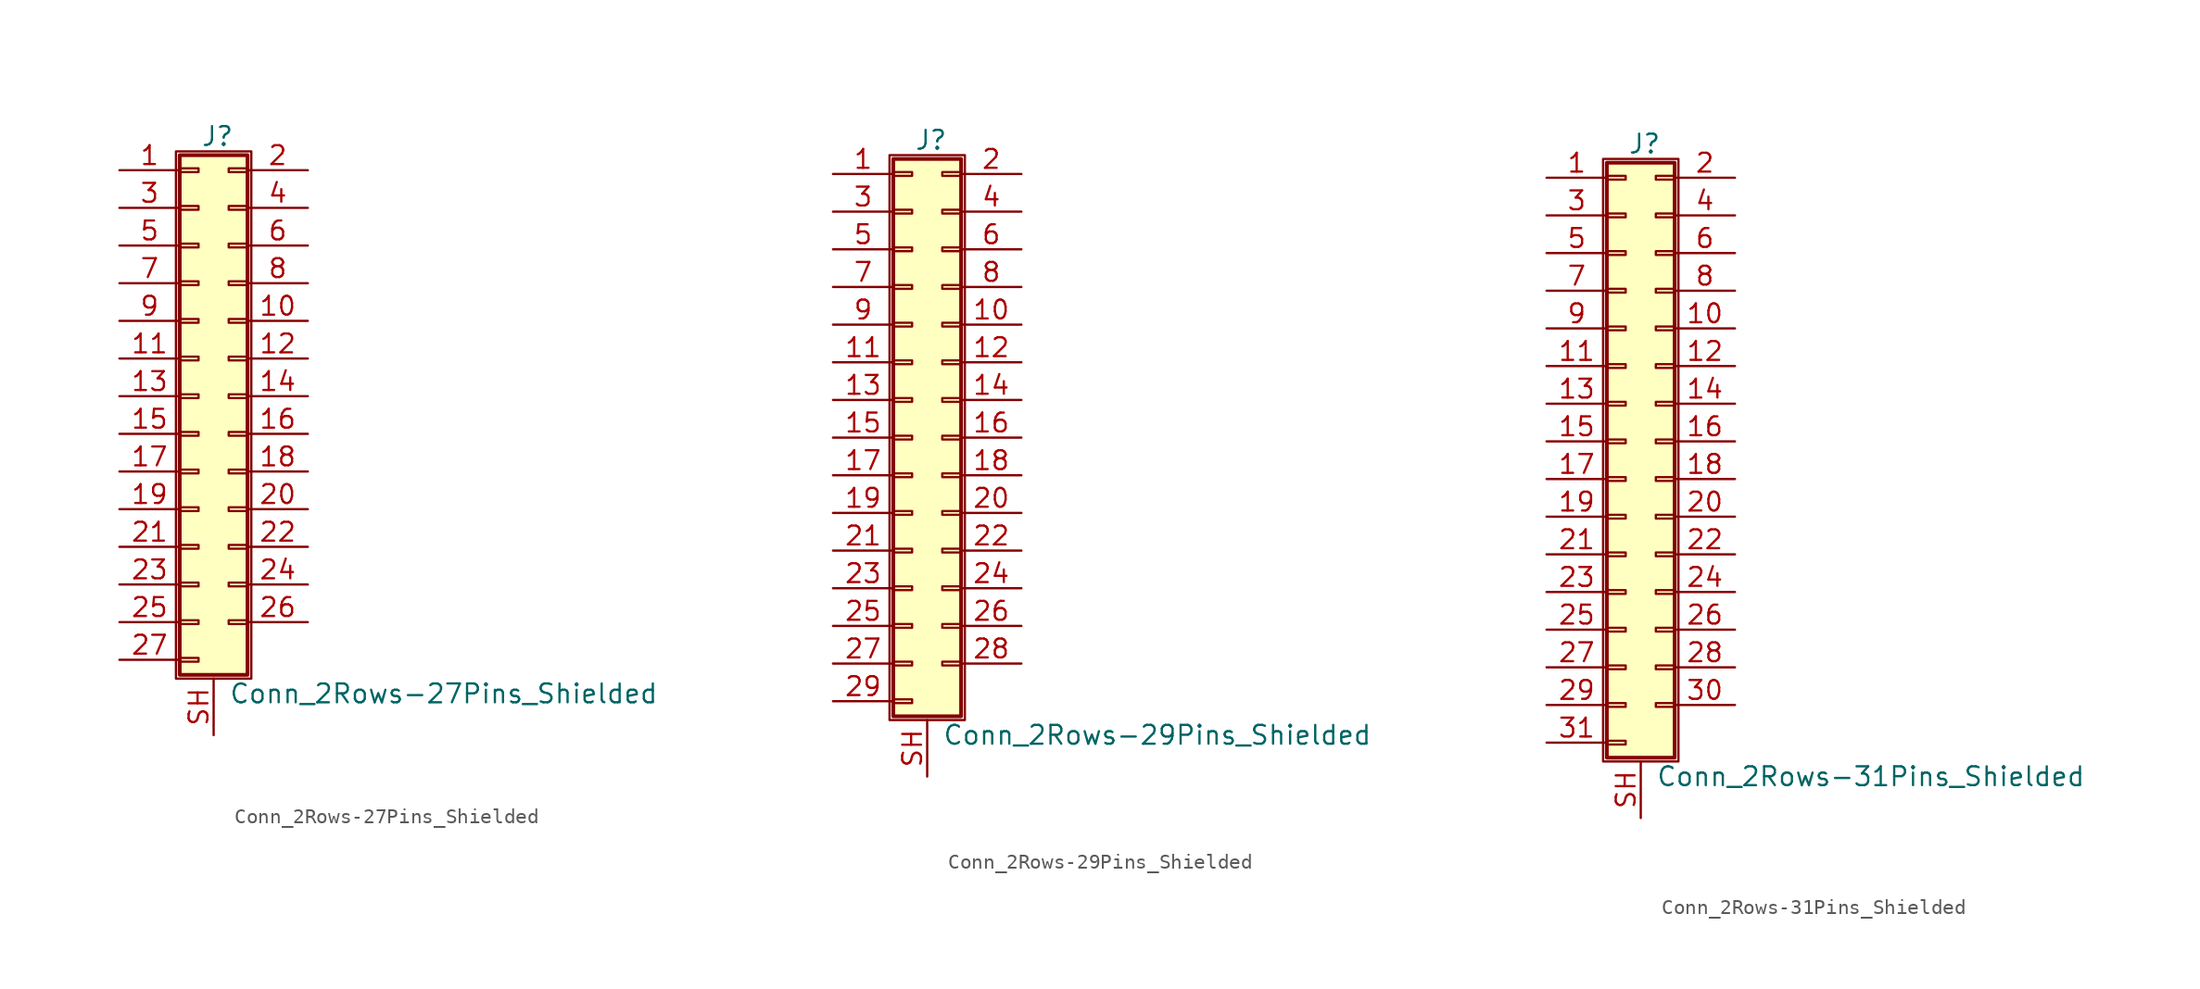
<source format=kicad_sym>
(kicad_symbol_lib
  (version 20201005)
  (generator kicad_symbol_editor)
  (symbol "Connector_Generic_Shielded:Conn_2Rows-27Pins_Shielded"
    (pin_names
      (offset 1.016) hide)
    (property "Reference" "J"
      (at 1.524 17.526 0)
      (effects (font (size 1.27 1.27))))
    (property "Value" "Conn_2Rows-27Pins_Shielded"
      (at 2.286 -20.066 0)
      (effects (font (size 1.27 1.27)) (justify left)))
    (symbol "Conn_2Rows-27Pins_Shielded_1_1"
      (rectangle (start -1.016 -4.953) (end 0.254 -5.207) (stroke (width 0.152)) (fill (type none)))
      (rectangle (start -1.016 -7.493) (end 0.254 -7.747) (stroke (width 0.152)) (fill (type none)))
      (rectangle (start -1.016 -10.033) (end 0.254 -10.287) (stroke (width 0.152)) (fill (type none)))
      (rectangle (start -1.016 -12.573) (end 0.254 -12.827) (stroke (width 0.152)) (fill (type none)))
      (rectangle (start -1.016 -15.113) (end 0.254 -15.367) (stroke (width 0.152)) (fill (type none)))
      (rectangle (start -1.016 -17.653) (end 0.254 -17.907) (stroke (width 0.152)) (fill (type none)))
      (rectangle (start -1.016 -2.413) (end 0.254 -2.667) (stroke (width 0.152)) (fill (type none)))
      (rectangle (start -1.016 2.667) (end 0.254 2.413) (stroke (width 0.152)) (fill (type none)))
      (rectangle (start -1.016 5.207) (end 0.254 4.953) (stroke (width 0.152)) (fill (type none)))
      (rectangle (start -1.016 7.747) (end 0.254 7.493) (stroke (width 0.152)) (fill (type none)))
      (rectangle (start -1.016 10.287) (end 0.254 10.033) (stroke (width 0.152)) (fill (type none)))
      (rectangle (start -1.016 0.127) (end 0.254 -0.127) (stroke (width 0.152)) (fill (type none)))
      (rectangle (start -1.016 12.827) (end 0.254 12.573) (stroke (width 0.152)) (fill (type none)))
      (rectangle (start -1.016 15.367) (end 0.254 15.113) (stroke (width 0.152)) (fill (type none)))
      (rectangle (start -1.016 16.256) (end 3.556 -18.796) (stroke (width 0.254)) (fill (type background)))
      (rectangle (start -1.27 16.51) (end 3.81 -19.05) (stroke (width 0.152)) (fill (type none)))
      (rectangle (start 3.556 -4.953) (end 2.286 -5.207) (stroke (width 0.152)) (fill (type none)))
      (rectangle (start 3.556 -7.493) (end 2.286 -7.747) (stroke (width 0.152)) (fill (type none)))
      (rectangle (start 3.556 -10.033) (end 2.286 -10.287) (stroke (width 0.152)) (fill (type none)))
      (rectangle (start 3.556 -12.573) (end 2.286 -12.827) (stroke (width 0.152)) (fill (type none)))
      (rectangle (start 3.556 -15.113) (end 2.286 -15.367) (stroke (width 0.152)) (fill (type none)))
      (rectangle (start 3.556 -2.413) (end 2.286 -2.667) (stroke (width 0.152)) (fill (type none)))
      (rectangle (start 3.556 2.667) (end 2.286 2.413) (stroke (width 0.152)) (fill (type none)))
      (rectangle (start 3.556 5.207) (end 2.286 4.953) (stroke (width 0.152)) (fill (type none)))
      (rectangle (start 3.556 7.747) (end 2.286 7.493) (stroke (width 0.152)) (fill (type none)))
      (rectangle (start 3.556 10.287) (end 2.286 10.033) (stroke (width 0.152)) (fill (type none)))
      (rectangle (start 3.556 0.127) (end 2.286 -0.127) (stroke (width 0.152)) (fill (type none)))
      (rectangle (start 3.556 12.827) (end 2.286 12.573) (stroke (width 0.152)) (fill (type none)))
      (rectangle (start 3.556 15.367) (end 2.286 15.113) (stroke (width 0.152)) (fill (type none)))
      (pin passive line (at -5.08 15.24 0) (length 4.064) (name "Pin_1" (effects (font (size 1.27 1.27)))) (number "1" (effects (font (size 1.27 1.27)))))
      (pin passive line (at 7.62 5.08 180) (length 4.064) (name "Pin_10" (effects (font (size 1.27 1.27)))) (number "10" (effects (font (size 1.27 1.27)))))
      (pin passive line (at -5.08 2.54 0) (length 4.064) (name "Pin_11" (effects (font (size 1.27 1.27)))) (number "11" (effects (font (size 1.27 1.27)))))
      (pin passive line (at 7.62 2.54 180) (length 4.064) (name "Pin_12" (effects (font (size 1.27 1.27)))) (number "12" (effects (font (size 1.27 1.27)))))
      (pin passive line (at -5.08 0 0) (length 4.064) (name "Pin_13" (effects (font (size 1.27 1.27)))) (number "13" (effects (font (size 1.27 1.27)))))
      (pin passive line (at 7.62 0 180) (length 4.064) (name "Pin_14" (effects (font (size 1.27 1.27)))) (number "14" (effects (font (size 1.27 1.27)))))
      (pin passive line (at -5.08 -2.54 0) (length 4.064) (name "Pin_15" (effects (font (size 1.27 1.27)))) (number "15" (effects (font (size 1.27 1.27)))))
      (pin passive line (at 7.62 -2.54 180) (length 4.064) (name "Pin_16" (effects (font (size 1.27 1.27)))) (number "16" (effects (font (size 1.27 1.27)))))
      (pin passive line (at -5.08 -5.08 0) (length 4.064) (name "Pin_17" (effects (font (size 1.27 1.27)))) (number "17" (effects (font (size 1.27 1.27)))))
      (pin passive line (at 7.62 -5.08 180) (length 4.064) (name "Pin_18" (effects (font (size 1.27 1.27)))) (number "18" (effects (font (size 1.27 1.27)))))
      (pin passive line (at -5.08 -7.62 0) (length 4.064) (name "Pin_19" (effects (font (size 1.27 1.27)))) (number "19" (effects (font (size 1.27 1.27)))))
      (pin passive line (at 7.62 15.24 180) (length 4.064) (name "Pin_2" (effects (font (size 1.27 1.27)))) (number "2" (effects (font (size 1.27 1.27)))))
      (pin passive line (at 7.62 -7.62 180) (length 4.064) (name "Pin_20" (effects (font (size 1.27 1.27)))) (number "20" (effects (font (size 1.27 1.27)))))
      (pin passive line (at -5.08 -10.16 0) (length 4.064) (name "Pin_21" (effects (font (size 1.27 1.27)))) (number "21" (effects (font (size 1.27 1.27)))))
      (pin passive line (at 7.62 -10.16 180) (length 4.064) (name "Pin_22" (effects (font (size 1.27 1.27)))) (number "22" (effects (font (size 1.27 1.27)))))
      (pin passive line (at -5.08 -12.7 0) (length 4.064) (name "Pin_23" (effects (font (size 1.27 1.27)))) (number "23" (effects (font (size 1.27 1.27)))))
      (pin passive line (at 7.62 -12.7 180) (length 4.064) (name "Pin_24" (effects (font (size 1.27 1.27)))) (number "24" (effects (font (size 1.27 1.27)))))
      (pin passive line (at -5.08 -15.24 0) (length 4.064) (name "Pin_25" (effects (font (size 1.27 1.27)))) (number "25" (effects (font (size 1.27 1.27)))))
      (pin passive line (at 7.62 -15.24 180) (length 4.064) (name "Pin_26" (effects (font (size 1.27 1.27)))) (number "26" (effects (font (size 1.27 1.27)))))
      (pin passive line (at -5.08 -17.78 0) (length 4.064) (name "Pin_27" (effects (font (size 1.27 1.27)))) (number "27" (effects (font (size 1.27 1.27)))))
      (pin passive line (at -5.08 12.7 0) (length 4.064) (name "Pin_3" (effects (font (size 1.27 1.27)))) (number "3" (effects (font (size 1.27 1.27)))))
      (pin passive line (at 7.62 12.7 180) (length 4.064) (name "Pin_4" (effects (font (size 1.27 1.27)))) (number "4" (effects (font (size 1.27 1.27)))))
      (pin passive line (at -5.08 10.16 0) (length 4.064) (name "Pin_5" (effects (font (size 1.27 1.27)))) (number "5" (effects (font (size 1.27 1.27)))))
      (pin passive line (at 7.62 10.16 180) (length 4.064) (name "Pin_6" (effects (font (size 1.27 1.27)))) (number "6" (effects (font (size 1.27 1.27)))))
      (pin passive line (at -5.08 7.62 0) (length 4.064) (name "Pin_7" (effects (font (size 1.27 1.27)))) (number "7" (effects (font (size 1.27 1.27)))))
      (pin passive line (at 7.62 7.62 180) (length 4.064) (name "Pin_8" (effects (font (size 1.27 1.27)))) (number "8" (effects (font (size 1.27 1.27)))))
      (pin passive line (at -5.08 5.08 0) (length 4.064) (name "Pin_9" (effects (font (size 1.27 1.27)))) (number "9" (effects (font (size 1.27 1.27)))))
      (pin passive line (at 1.27 -22.86 90) (length 3.81) (name "Shield" (effects (font (size 1.27 1.27)))) (number "SH" (effects (font (size 1.27 1.27)))))))
  (symbol "Connector_Generic_Shielded:Conn_2Rows-29Pins_Shielded"
    (pin_names
      (offset 1.016) hide)
    (property "Reference" "J"
      (at 1.524 20.066 0)
      (effects (font (size 1.27 1.27))))
    (property "Value" "Conn_2Rows-29Pins_Shielded"
      (at 2.286 -20.066 0)
      (effects (font (size 1.27 1.27)) (justify left)))
    (symbol "Conn_2Rows-29Pins_Shielded_1_1"
      (rectangle (start -1.016 -4.953) (end 0.254 -5.207) (stroke (width 0.152)) (fill (type none)))
      (rectangle (start -1.016 -7.493) (end 0.254 -7.747) (stroke (width 0.152)) (fill (type none)))
      (rectangle (start -1.016 -10.033) (end 0.254 -10.287) (stroke (width 0.152)) (fill (type none)))
      (rectangle (start -1.016 -12.573) (end 0.254 -12.827) (stroke (width 0.152)) (fill (type none)))
      (rectangle (start -1.016 -15.113) (end 0.254 -15.367) (stroke (width 0.152)) (fill (type none)))
      (rectangle (start -1.016 -17.653) (end 0.254 -17.907) (stroke (width 0.152)) (fill (type none)))
      (rectangle (start -1.016 -2.413) (end 0.254 -2.667) (stroke (width 0.152)) (fill (type none)))
      (rectangle (start -1.016 2.667) (end 0.254 2.413) (stroke (width 0.152)) (fill (type none)))
      (rectangle (start -1.016 5.207) (end 0.254 4.953) (stroke (width 0.152)) (fill (type none)))
      (rectangle (start -1.016 7.747) (end 0.254 7.493) (stroke (width 0.152)) (fill (type none)))
      (rectangle (start -1.016 10.287) (end 0.254 10.033) (stroke (width 0.152)) (fill (type none)))
      (rectangle (start -1.016 0.127) (end 0.254 -0.127) (stroke (width 0.152)) (fill (type none)))
      (rectangle (start -1.016 12.827) (end 0.254 12.573) (stroke (width 0.152)) (fill (type none)))
      (rectangle (start -1.016 15.367) (end 0.254 15.113) (stroke (width 0.152)) (fill (type none)))
      (rectangle (start -1.016 17.907) (end 0.254 17.653) (stroke (width 0.152)) (fill (type none)))
      (rectangle (start -1.016 18.796) (end 3.556 -18.796) (stroke (width 0.254)) (fill (type background)))
      (rectangle (start -1.27 19.05) (end 3.81 -19.05) (stroke (width 0.152)) (fill (type none)))
      (rectangle (start 3.556 -4.953) (end 2.286 -5.207) (stroke (width 0.152)) (fill (type none)))
      (rectangle (start 3.556 -7.493) (end 2.286 -7.747) (stroke (width 0.152)) (fill (type none)))
      (rectangle (start 3.556 -10.033) (end 2.286 -10.287) (stroke (width 0.152)) (fill (type none)))
      (rectangle (start 3.556 -12.573) (end 2.286 -12.827) (stroke (width 0.152)) (fill (type none)))
      (rectangle (start 3.556 -15.113) (end 2.286 -15.367) (stroke (width 0.152)) (fill (type none)))
      (rectangle (start 3.556 -2.413) (end 2.286 -2.667) (stroke (width 0.152)) (fill (type none)))
      (rectangle (start 3.556 2.667) (end 2.286 2.413) (stroke (width 0.152)) (fill (type none)))
      (rectangle (start 3.556 5.207) (end 2.286 4.953) (stroke (width 0.152)) (fill (type none)))
      (rectangle (start 3.556 7.747) (end 2.286 7.493) (stroke (width 0.152)) (fill (type none)))
      (rectangle (start 3.556 10.287) (end 2.286 10.033) (stroke (width 0.152)) (fill (type none)))
      (rectangle (start 3.556 0.127) (end 2.286 -0.127) (stroke (width 0.152)) (fill (type none)))
      (rectangle (start 3.556 12.827) (end 2.286 12.573) (stroke (width 0.152)) (fill (type none)))
      (rectangle (start 3.556 15.367) (end 2.286 15.113) (stroke (width 0.152)) (fill (type none)))
      (rectangle (start 3.556 17.907) (end 2.286 17.653) (stroke (width 0.152)) (fill (type none)))
      (pin passive line (at -5.08 17.78 0) (length 4.064) (name "Pin_1" (effects (font (size 1.27 1.27)))) (number "1" (effects (font (size 1.27 1.27)))))
      (pin passive line (at 7.62 7.62 180) (length 4.064) (name "Pin_10" (effects (font (size 1.27 1.27)))) (number "10" (effects (font (size 1.27 1.27)))))
      (pin passive line (at -5.08 5.08 0) (length 4.064) (name "Pin_11" (effects (font (size 1.27 1.27)))) (number "11" (effects (font (size 1.27 1.27)))))
      (pin passive line (at 7.62 5.08 180) (length 4.064) (name "Pin_12" (effects (font (size 1.27 1.27)))) (number "12" (effects (font (size 1.27 1.27)))))
      (pin passive line (at -5.08 2.54 0) (length 4.064) (name "Pin_13" (effects (font (size 1.27 1.27)))) (number "13" (effects (font (size 1.27 1.27)))))
      (pin passive line (at 7.62 2.54 180) (length 4.064) (name "Pin_14" (effects (font (size 1.27 1.27)))) (number "14" (effects (font (size 1.27 1.27)))))
      (pin passive line (at -5.08 0 0) (length 4.064) (name "Pin_15" (effects (font (size 1.27 1.27)))) (number "15" (effects (font (size 1.27 1.27)))))
      (pin passive line (at 7.62 0 180) (length 4.064) (name "Pin_16" (effects (font (size 1.27 1.27)))) (number "16" (effects (font (size 1.27 1.27)))))
      (pin passive line (at -5.08 -2.54 0) (length 4.064) (name "Pin_17" (effects (font (size 1.27 1.27)))) (number "17" (effects (font (size 1.27 1.27)))))
      (pin passive line (at 7.62 -2.54 180) (length 4.064) (name "Pin_18" (effects (font (size 1.27 1.27)))) (number "18" (effects (font (size 1.27 1.27)))))
      (pin passive line (at -5.08 -5.08 0) (length 4.064) (name "Pin_19" (effects (font (size 1.27 1.27)))) (number "19" (effects (font (size 1.27 1.27)))))
      (pin passive line (at 7.62 17.78 180) (length 4.064) (name "Pin_2" (effects (font (size 1.27 1.27)))) (number "2" (effects (font (size 1.27 1.27)))))
      (pin passive line (at 7.62 -5.08 180) (length 4.064) (name "Pin_20" (effects (font (size 1.27 1.27)))) (number "20" (effects (font (size 1.27 1.27)))))
      (pin passive line (at -5.08 -7.62 0) (length 4.064) (name "Pin_21" (effects (font (size 1.27 1.27)))) (number "21" (effects (font (size 1.27 1.27)))))
      (pin passive line (at 7.62 -7.62 180) (length 4.064) (name "Pin_22" (effects (font (size 1.27 1.27)))) (number "22" (effects (font (size 1.27 1.27)))))
      (pin passive line (at -5.08 -10.16 0) (length 4.064) (name "Pin_23" (effects (font (size 1.27 1.27)))) (number "23" (effects (font (size 1.27 1.27)))))
      (pin passive line (at 7.62 -10.16 180) (length 4.064) (name "Pin_24" (effects (font (size 1.27 1.27)))) (number "24" (effects (font (size 1.27 1.27)))))
      (pin passive line (at -5.08 -12.7 0) (length 4.064) (name "Pin_25" (effects (font (size 1.27 1.27)))) (number "25" (effects (font (size 1.27 1.27)))))
      (pin passive line (at 7.62 -12.7 180) (length 4.064) (name "Pin_26" (effects (font (size 1.27 1.27)))) (number "26" (effects (font (size 1.27 1.27)))))
      (pin passive line (at -5.08 -15.24 0) (length 4.064) (name "Pin_27" (effects (font (size 1.27 1.27)))) (number "27" (effects (font (size 1.27 1.27)))))
      (pin passive line (at 7.62 -15.24 180) (length 4.064) (name "Pin_28" (effects (font (size 1.27 1.27)))) (number "28" (effects (font (size 1.27 1.27)))))
      (pin passive line (at -5.08 -17.78 0) (length 4.064) (name "Pin_29" (effects (font (size 1.27 1.27)))) (number "29" (effects (font (size 1.27 1.27)))))
      (pin passive line (at -5.08 15.24 0) (length 4.064) (name "Pin_3" (effects (font (size 1.27 1.27)))) (number "3" (effects (font (size 1.27 1.27)))))
      (pin passive line (at 7.62 15.24 180) (length 4.064) (name "Pin_4" (effects (font (size 1.27 1.27)))) (number "4" (effects (font (size 1.27 1.27)))))
      (pin passive line (at -5.08 12.7 0) (length 4.064) (name "Pin_5" (effects (font (size 1.27 1.27)))) (number "5" (effects (font (size 1.27 1.27)))))
      (pin passive line (at 7.62 12.7 180) (length 4.064) (name "Pin_6" (effects (font (size 1.27 1.27)))) (number "6" (effects (font (size 1.27 1.27)))))
      (pin passive line (at -5.08 10.16 0) (length 4.064) (name "Pin_7" (effects (font (size 1.27 1.27)))) (number "7" (effects (font (size 1.27 1.27)))))
      (pin passive line (at 7.62 10.16 180) (length 4.064) (name "Pin_8" (effects (font (size 1.27 1.27)))) (number "8" (effects (font (size 1.27 1.27)))))
      (pin passive line (at -5.08 7.62 0) (length 4.064) (name "Pin_9" (effects (font (size 1.27 1.27)))) (number "9" (effects (font (size 1.27 1.27)))))
      (pin passive line (at 1.27 -22.86 90) (length 3.81) (name "Shield" (effects (font (size 1.27 1.27)))) (number "SH" (effects (font (size 1.27 1.27)))))))
  (symbol "Connector_Generic_Shielded:Conn_2Rows-31Pins_Shielded"
    (pin_names
      (offset 1.016) hide)
    (property "Reference" "J"
      (at 1.524 20.066 0)
      (effects (font (size 1.27 1.27))))
    (property "Value" "Conn_2Rows-31Pins_Shielded"
      (at 2.286 -22.606 0)
      (effects (font (size 1.27 1.27)) (justify left)))
    (symbol "Conn_2Rows-31Pins_Shielded_1_1"
      (rectangle (start -1.016 -4.953) (end 0.254 -5.207) (stroke (width 0.152)) (fill (type none)))
      (rectangle (start -1.016 -7.493) (end 0.254 -7.747) (stroke (width 0.152)) (fill (type none)))
      (rectangle (start -1.016 -10.033) (end 0.254 -10.287) (stroke (width 0.152)) (fill (type none)))
      (rectangle (start -1.016 -12.573) (end 0.254 -12.827) (stroke (width 0.152)) (fill (type none)))
      (rectangle (start -1.016 -15.113) (end 0.254 -15.367) (stroke (width 0.152)) (fill (type none)))
      (rectangle (start -1.016 -17.653) (end 0.254 -17.907) (stroke (width 0.152)) (fill (type none)))
      (rectangle (start -1.016 -20.193) (end 0.254 -20.447) (stroke (width 0.152)) (fill (type none)))
      (rectangle (start -1.016 -2.413) (end 0.254 -2.667) (stroke (width 0.152)) (fill (type none)))
      (rectangle (start -1.016 2.667) (end 0.254 2.413) (stroke (width 0.152)) (fill (type none)))
      (rectangle (start -1.016 5.207) (end 0.254 4.953) (stroke (width 0.152)) (fill (type none)))
      (rectangle (start -1.016 7.747) (end 0.254 7.493) (stroke (width 0.152)) (fill (type none)))
      (rectangle (start -1.016 10.287) (end 0.254 10.033) (stroke (width 0.152)) (fill (type none)))
      (rectangle (start -1.016 0.127) (end 0.254 -0.127) (stroke (width 0.152)) (fill (type none)))
      (rectangle (start -1.016 12.827) (end 0.254 12.573) (stroke (width 0.152)) (fill (type none)))
      (rectangle (start -1.016 15.367) (end 0.254 15.113) (stroke (width 0.152)) (fill (type none)))
      (rectangle (start -1.016 17.907) (end 0.254 17.653) (stroke (width 0.152)) (fill (type none)))
      (rectangle (start -1.016 18.796) (end 3.556 -21.336) (stroke (width 0.254)) (fill (type background)))
      (rectangle (start -1.27 19.05) (end 3.81 -21.59) (stroke (width 0.152)) (fill (type none)))
      (rectangle (start 3.556 -4.953) (end 2.286 -5.207) (stroke (width 0.152)) (fill (type none)))
      (rectangle (start 3.556 -7.493) (end 2.286 -7.747) (stroke (width 0.152)) (fill (type none)))
      (rectangle (start 3.556 -10.033) (end 2.286 -10.287) (stroke (width 0.152)) (fill (type none)))
      (rectangle (start 3.556 -12.573) (end 2.286 -12.827) (stroke (width 0.152)) (fill (type none)))
      (rectangle (start 3.556 -15.113) (end 2.286 -15.367) (stroke (width 0.152)) (fill (type none)))
      (rectangle (start 3.556 -17.653) (end 2.286 -17.907) (stroke (width 0.152)) (fill (type none)))
      (rectangle (start 3.556 -2.413) (end 2.286 -2.667) (stroke (width 0.152)) (fill (type none)))
      (rectangle (start 3.556 2.667) (end 2.286 2.413) (stroke (width 0.152)) (fill (type none)))
      (rectangle (start 3.556 5.207) (end 2.286 4.953) (stroke (width 0.152)) (fill (type none)))
      (rectangle (start 3.556 7.747) (end 2.286 7.493) (stroke (width 0.152)) (fill (type none)))
      (rectangle (start 3.556 10.287) (end 2.286 10.033) (stroke (width 0.152)) (fill (type none)))
      (rectangle (start 3.556 0.127) (end 2.286 -0.127) (stroke (width 0.152)) (fill (type none)))
      (rectangle (start 3.556 12.827) (end 2.286 12.573) (stroke (width 0.152)) (fill (type none)))
      (rectangle (start 3.556 15.367) (end 2.286 15.113) (stroke (width 0.152)) (fill (type none)))
      (rectangle (start 3.556 17.907) (end 2.286 17.653) (stroke (width 0.152)) (fill (type none)))
      (pin passive line (at -5.08 17.78 0) (length 4.064) (name "Pin_1" (effects (font (size 1.27 1.27)))) (number "1" (effects (font (size 1.27 1.27)))))
      (pin passive line (at 7.62 7.62 180) (length 4.064) (name "Pin_10" (effects (font (size 1.27 1.27)))) (number "10" (effects (font (size 1.27 1.27)))))
      (pin passive line (at -5.08 5.08 0) (length 4.064) (name "Pin_11" (effects (font (size 1.27 1.27)))) (number "11" (effects (font (size 1.27 1.27)))))
      (pin passive line (at 7.62 5.08 180) (length 4.064) (name "Pin_12" (effects (font (size 1.27 1.27)))) (number "12" (effects (font (size 1.27 1.27)))))
      (pin passive line (at -5.08 2.54 0) (length 4.064) (name "Pin_13" (effects (font (size 1.27 1.27)))) (number "13" (effects (font (size 1.27 1.27)))))
      (pin passive line (at 7.62 2.54 180) (length 4.064) (name "Pin_14" (effects (font (size 1.27 1.27)))) (number "14" (effects (font (size 1.27 1.27)))))
      (pin passive line (at -5.08 0 0) (length 4.064) (name "Pin_15" (effects (font (size 1.27 1.27)))) (number "15" (effects (font (size 1.27 1.27)))))
      (pin passive line (at 7.62 0 180) (length 4.064) (name "Pin_16" (effects (font (size 1.27 1.27)))) (number "16" (effects (font (size 1.27 1.27)))))
      (pin passive line (at -5.08 -2.54 0) (length 4.064) (name "Pin_17" (effects (font (size 1.27 1.27)))) (number "17" (effects (font (size 1.27 1.27)))))
      (pin passive line (at 7.62 -2.54 180) (length 4.064) (name "Pin_18" (effects (font (size 1.27 1.27)))) (number "18" (effects (font (size 1.27 1.27)))))
      (pin passive line (at -5.08 -5.08 0) (length 4.064) (name "Pin_19" (effects (font (size 1.27 1.27)))) (number "19" (effects (font (size 1.27 1.27)))))
      (pin passive line (at 7.62 17.78 180) (length 4.064) (name "Pin_2" (effects (font (size 1.27 1.27)))) (number "2" (effects (font (size 1.27 1.27)))))
      (pin passive line (at 7.62 -5.08 180) (length 4.064) (name "Pin_20" (effects (font (size 1.27 1.27)))) (number "20" (effects (font (size 1.27 1.27)))))
      (pin passive line (at -5.08 -7.62 0) (length 4.064) (name "Pin_21" (effects (font (size 1.27 1.27)))) (number "21" (effects (font (size 1.27 1.27)))))
      (pin passive line (at 7.62 -7.62 180) (length 4.064) (name "Pin_22" (effects (font (size 1.27 1.27)))) (number "22" (effects (font (size 1.27 1.27)))))
      (pin passive line (at -5.08 -10.16 0) (length 4.064) (name "Pin_23" (effects (font (size 1.27 1.27)))) (number "23" (effects (font (size 1.27 1.27)))))
      (pin passive line (at 7.62 -10.16 180) (length 4.064) (name "Pin_24" (effects (font (size 1.27 1.27)))) (number "24" (effects (font (size 1.27 1.27)))))
      (pin passive line (at -5.08 -12.7 0) (length 4.064) (name "Pin_25" (effects (font (size 1.27 1.27)))) (number "25" (effects (font (size 1.27 1.27)))))
      (pin passive line (at 7.62 -12.7 180) (length 4.064) (name "Pin_26" (effects (font (size 1.27 1.27)))) (number "26" (effects (font (size 1.27 1.27)))))
      (pin passive line (at -5.08 -15.24 0) (length 4.064) (name "Pin_27" (effects (font (size 1.27 1.27)))) (number "27" (effects (font (size 1.27 1.27)))))
      (pin passive line (at 7.62 -15.24 180) (length 4.064) (name "Pin_28" (effects (font (size 1.27 1.27)))) (number "28" (effects (font (size 1.27 1.27)))))
      (pin passive line (at -5.08 -17.78 0) (length 4.064) (name "Pin_29" (effects (font (size 1.27 1.27)))) (number "29" (effects (font (size 1.27 1.27)))))
      (pin passive line (at -5.08 15.24 0) (length 4.064) (name "Pin_3" (effects (font (size 1.27 1.27)))) (number "3" (effects (font (size 1.27 1.27)))))
      (pin passive line (at 7.62 -17.78 180) (length 4.064) (name "Pin_30" (effects (font (size 1.27 1.27)))) (number "30" (effects (font (size 1.27 1.27)))))
      (pin passive line (at -5.08 -20.32 0) (length 4.064) (name "Pin_31" (effects (font (size 1.27 1.27)))) (number "31" (effects (font (size 1.27 1.27)))))
      (pin passive line (at 7.62 15.24 180) (length 4.064) (name "Pin_4" (effects (font (size 1.27 1.27)))) (number "4" (effects (font (size 1.27 1.27)))))
      (pin passive line (at -5.08 12.7 0) (length 4.064) (name "Pin_5" (effects (font (size 1.27 1.27)))) (number "5" (effects (font (size 1.27 1.27)))))
      (pin passive line (at 7.62 12.7 180) (length 4.064) (name "Pin_6" (effects (font (size 1.27 1.27)))) (number "6" (effects (font (size 1.27 1.27)))))
      (pin passive line (at -5.08 10.16 0) (length 4.064) (name "Pin_7" (effects (font (size 1.27 1.27)))) (number "7" (effects (font (size 1.27 1.27)))))
      (pin passive line (at 7.62 10.16 180) (length 4.064) (name "Pin_8" (effects (font (size 1.27 1.27)))) (number "8" (effects (font (size 1.27 1.27)))))
      (pin passive line (at -5.08 7.62 0) (length 4.064) (name "Pin_9" (effects (font (size 1.27 1.27)))) (number "9" (effects (font (size 1.27 1.27)))))
      (pin passive line (at 1.27 -25.4 90) (length 3.81) (name "Shield" (effects (font (size 1.27 1.27)))) (number "SH" (effects (font (size 1.27 1.27))))))))
</source>
